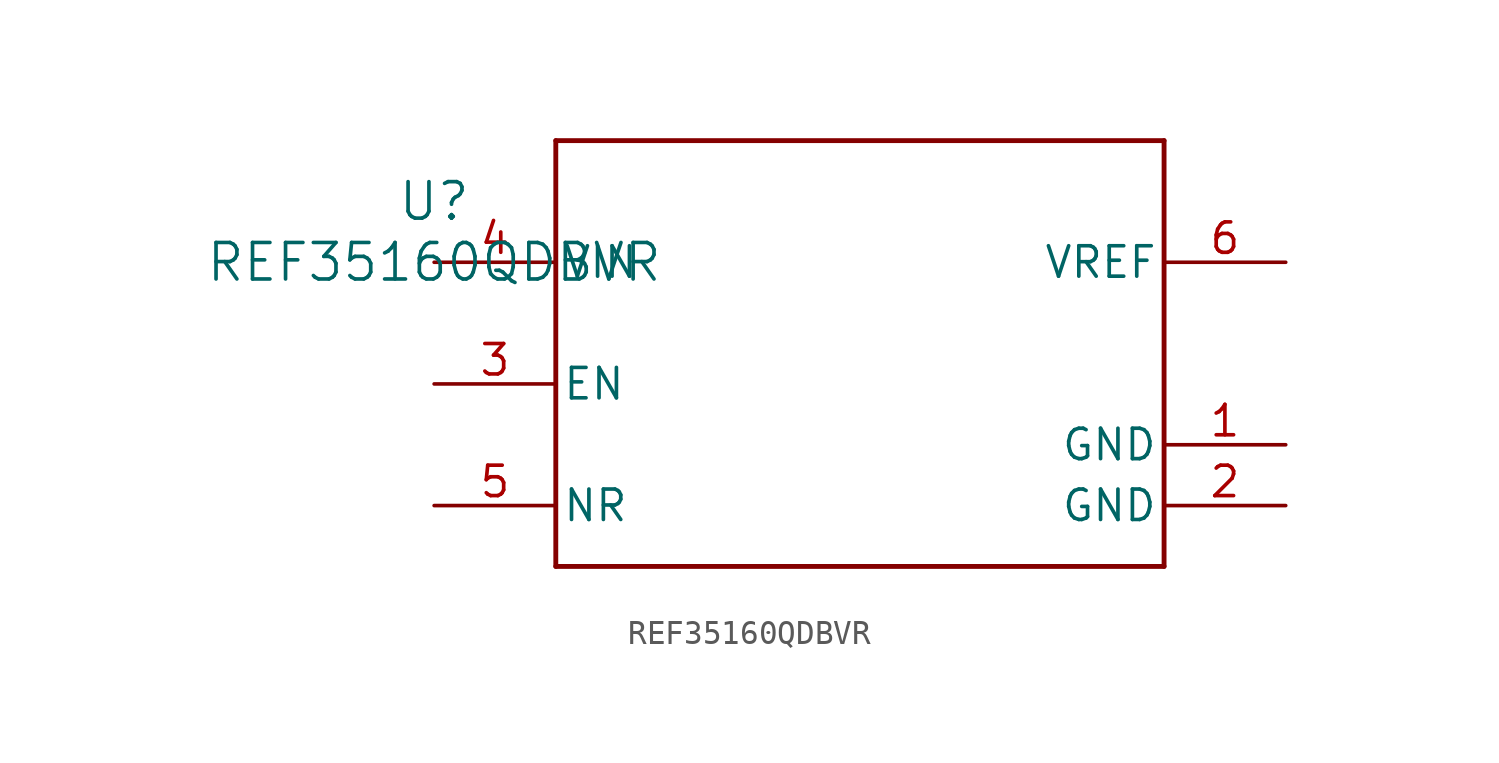
<source format=kicad_sym>
(kicad_symbol_lib
  (version 20211014)
  (generator kicad_symbol_editor)
  (symbol "REF35160QDBVR"
    (pin_names
      (offset 0.254))
    (property "Reference" "U"
      (at 0 2.54 0)
      (effects (font (size 1.524 1.524))))
    (property "Value" "REF35160QDBVR"
      (at 0 0 0)
      (effects (font (size 1.524 1.524))))
    (symbol "REF35160QDBVR_0_1"
      (polyline (pts (xy 5.08 -12.7) (xy 30.48 -12.7)) (stroke (width 0.203) (type default) (color 0 0 0 0)) (fill (type none)))
      (polyline (pts (xy 30.48 -12.7) (xy 30.48 5.08)) (stroke (width 0.203) (type default) (color 0 0 0 0)) (fill (type none)))
      (polyline (pts (xy 30.48 5.08) (xy 5.08 5.08)) (stroke (width 0.203) (type default) (color 0 0 0 0)) (fill (type none)))
      (polyline (pts (xy 5.08 5.08) (xy 5.08 -12.7)) (stroke (width 0.203) (type default) (color 0 0 0 0)) (fill (type none)))
      (pin power_in line (at 35.56 -7.62 180) (length 5.08) (name "GND" (effects (font (size 1.27 1.27)))) (number "1" (effects (font (size 1.27 1.27)))))
      (pin power_in line (at 35.56 -10.16 180) (length 5.08) (name "GND" (effects (font (size 1.27 1.27)))) (number "2" (effects (font (size 1.27 1.27)))))
      (pin input line (at 0 -5.08 0) (length 5.08) (name "EN" (effects (font (size 1.27 1.27)))) (number "3" (effects (font (size 1.27 1.27)))))
      (pin power_in line (at 0 0 0) (length 5.08) (name "VIN" (effects (font (size 1.27 1.27)))) (number "4" (effects (font (size 1.27 1.27)))))
      (pin unspecified line (at 0 -10.16 0) (length 5.08) (name "NR" (effects (font (size 1.27 1.27)))) (number "5" (effects (font (size 1.27 1.27)))))
      (pin unspecified line (at 35.56 0 180) (length 5.08) (name "VREF" (effects (font (size 1.27 1.27)))) (number "6" (effects (font (size 1.27 1.27))))))))
</source>
